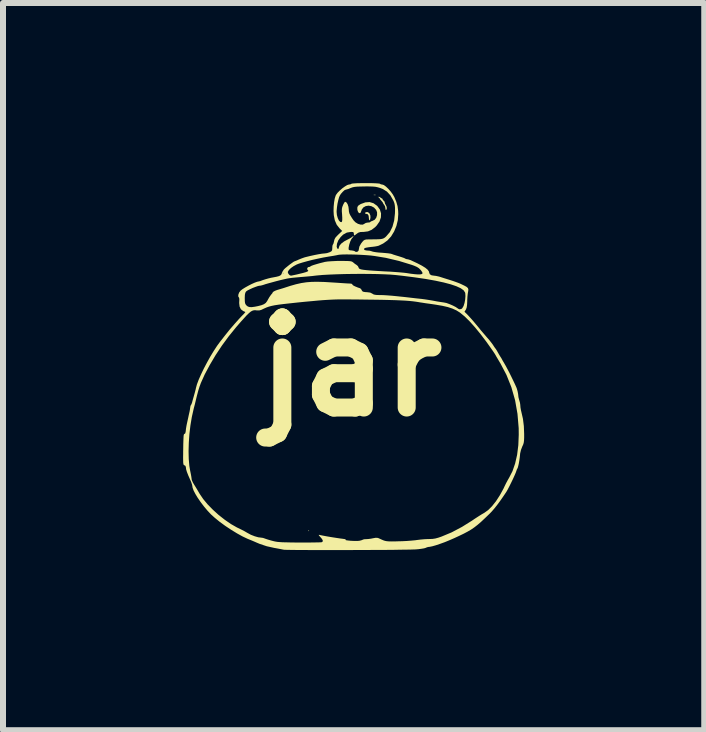
<source format=kicad_pcb>
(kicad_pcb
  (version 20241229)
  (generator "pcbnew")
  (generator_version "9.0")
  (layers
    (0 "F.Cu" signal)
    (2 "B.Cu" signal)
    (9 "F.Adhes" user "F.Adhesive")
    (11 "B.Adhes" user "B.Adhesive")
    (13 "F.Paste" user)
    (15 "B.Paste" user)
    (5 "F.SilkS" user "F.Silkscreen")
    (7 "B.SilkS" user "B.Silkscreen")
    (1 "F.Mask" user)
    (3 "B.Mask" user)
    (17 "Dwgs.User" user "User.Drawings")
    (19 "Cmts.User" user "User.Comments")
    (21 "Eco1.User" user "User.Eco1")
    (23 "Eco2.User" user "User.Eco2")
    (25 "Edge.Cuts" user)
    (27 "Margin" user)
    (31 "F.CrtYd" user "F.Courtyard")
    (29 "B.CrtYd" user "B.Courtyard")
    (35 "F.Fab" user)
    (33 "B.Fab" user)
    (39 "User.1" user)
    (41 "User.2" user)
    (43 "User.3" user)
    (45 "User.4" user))
  (footprint "jar"
    (layer "F.Cu")
    (at 2.796 3.06)
    (property "Reference" "jar" (at 0 0 0) (layer "F.SilkS") (effects (font (size 1.5 1.5) (thickness 0.3))))
    (attr board_only exclude_from_pos_files exclude_from_bom)
    (fp_poly (pts (xy -0.697 2.729) (xy -0.699 2.736) (xy -0.705 2.737) (xy -0.715 2.733) (xy -0.713 2.729) (xy -0.699 2.728)) (stroke (width 0) (type solid)) (fill yes) (layer "F.SilkS"))
    (fp_poly (pts (xy 0.409 -2.865) (xy 0.411 -2.86) (xy 0.394 -2.859) (xy 0.377 -2.861) (xy 0.38 -2.865) (xy 0.404 -2.866)) (stroke (width 0) (type solid)) (fill yes) (layer "F.SilkS"))
    (fp_poly (pts (xy 0.283 -2.576) (xy 0.308 -2.556) (xy 0.323 -2.522) (xy 0.325 -2.487) (xy 0.319 -2.454) (xy 0.31 -2.44) (xy 0.303 -2.444) (xy 0.299 -2.47) (xy 0.299 -2.473) (xy 0.294 -2.517) (xy 0.28 -2.541) (xy 0.262 -2.546) (xy 0.239 -2.551) (xy 0.234 -2.563) (xy 0.249 -2.575) (xy 0.252 -2.576)) (stroke (width 0) (type solid)) (fill yes) (layer "F.SilkS"))
    (fp_poly (pts (xy 0.484 -2.828) (xy 0.49 -2.821) (xy 0.5 -2.81) (xy 0.508 -2.809) (xy 0.524 -2.8) (xy 0.526 -2.792) (xy 0.536 -2.774) (xy 0.544 -2.769) (xy 0.559 -2.752) (xy 0.562 -2.741) (xy 0.569 -2.714) (xy 0.58 -2.696) (xy 0.594 -2.667) (xy 0.597 -2.637) (xy 0.589 -2.615) (xy 0.586 -2.612) (xy 0.577 -2.616) (xy 0.574 -2.639) (xy 0.574 -2.64) (xy 0.568 -2.672) (xy 0.556 -2.693) (xy 0.54 -2.715) (xy 0.535 -2.726) (xy 0.525 -2.745) (xy 0.505 -2.768) (xy 0.486 -2.79) (xy 0.478 -2.806) (xy 0.478 -2.806) (xy 0.468 -2.82) (xy 0.457 -2.825) (xy 0.447 -2.829) (xy 0.459 -2.831) (xy 0.463 -2.831)) (stroke (width 0) (type solid)) (fill yes) (layer "F.SilkS"))
    (fp_poly (pts (xy 0.291 -3.06) (xy 0.354 -3.059) (xy 0.409 -3.057) (xy 0.452 -3.054) (xy 0.478 -3.051) (xy 0.484 -3.048) (xy 0.5 -3.039) (xy 0.522 -3.036) (xy 0.549 -3.027) (xy 0.584 -3.001) (xy 0.623 -2.964) (xy 0.662 -2.92) (xy 0.697 -2.872) (xy 0.723 -2.826) (xy 0.755 -2.749) (xy 0.776 -2.677) (xy 0.786 -2.599) (xy 0.788 -2.543) (xy 0.781 -2.444) (xy 0.757 -2.346) (xy 0.719 -2.254) (xy 0.669 -2.172) (xy 0.608 -2.105) (xy 0.54 -2.056) (xy 0.529 -2.05) (xy 0.494 -2.033) (xy 0.466 -2.019) (xy 0.461 -2.017) (xy 0.439 -2.011) (xy 0.401 -2.004) (xy 0.353 -1.998) (xy 0.338 -1.997) (xy 0.291 -1.991) (xy 0.252 -1.984) (xy 0.228 -1.977) (xy 0.225 -1.975) (xy 0.217 -1.957) (xy 0.23 -1.944) (xy 0.262 -1.937) (xy 0.276 -1.936) (xy 0.314 -1.933) (xy 0.346 -1.924) (xy 0.35 -1.922) (xy 0.373 -1.916) (xy 0.413 -1.909) (xy 0.464 -1.903) (xy 0.514 -1.9) (xy 0.572 -1.895) (xy 0.623 -1.89) (xy 0.663 -1.884) (xy 0.681 -1.879) (xy 0.707 -1.869) (xy 0.748 -1.856) (xy 0.795 -1.842) (xy 0.801 -1.84) (xy 0.845 -1.826) (xy 0.88 -1.814) (xy 0.9 -1.805) (xy 0.902 -1.803) (xy 0.923 -1.794) (xy 0.934 -1.793) (xy 0.958 -1.788) (xy 0.992 -1.777) (xy 1.001 -1.773) (xy 1.102 -1.726) (xy 1.181 -1.685) (xy 1.239 -1.649) (xy 1.278 -1.617) (xy 1.299 -1.587) (xy 1.303 -1.568) (xy 1.314 -1.541) (xy 1.343 -1.524) (xy 1.384 -1.518) (xy 1.417 -1.514) (xy 1.458 -1.505) (xy 1.471 -1.502) (xy 1.565 -1.472) (xy 1.639 -1.449) (xy 1.698 -1.43) (xy 1.744 -1.414) (xy 1.782 -1.4) (xy 1.815 -1.387) (xy 1.845 -1.373) (xy 1.878 -1.357) (xy 1.885 -1.354) (xy 1.927 -1.331) (xy 1.949 -1.31) (xy 1.956 -1.284) (xy 1.951 -1.248) (xy 1.95 -1.245) (xy 1.945 -1.213) (xy 1.94 -1.165) (xy 1.937 -1.111) (xy 1.937 -1.094) (xy 1.934 -1.033) (xy 1.928 -0.99) (xy 1.918 -0.961) (xy 1.913 -0.951) (xy 1.891 -0.917) (xy 1.929 -0.88) (xy 1.957 -0.851) (xy 1.996 -0.808) (xy 2.041 -0.757) (xy 2.087 -0.702) (xy 2.132 -0.648) (xy 2.163 -0.609) (xy 2.194 -0.573) (xy 2.232 -0.529) (xy 2.267 -0.488) (xy 2.303 -0.447) (xy 2.338 -0.403) (xy 2.363 -0.369) (xy 2.383 -0.338) (xy 2.398 -0.316) (xy 2.402 -0.311) (xy 2.415 -0.294) (xy 2.433 -0.265) (xy 2.45 -0.234) (xy 2.451 -0.233) (xy 2.466 -0.206) (xy 2.485 -0.175) (xy 2.486 -0.173) (xy 2.505 -0.144) (xy 2.517 -0.121) (xy 2.518 -0.12) (xy 2.529 -0.099) (xy 2.548 -0.068) (xy 2.556 -0.054) (xy 2.579 -0.014) (xy 2.608 0.04) (xy 2.641 0.103) (xy 2.674 0.17) (xy 2.706 0.236) (xy 2.734 0.295) (xy 2.755 0.342) (xy 2.764 0.366) (xy 2.776 0.41) (xy 2.784 0.451) (xy 2.786 0.468) (xy 2.79 0.506) (xy 2.801 0.549) (xy 2.803 0.556) (xy 2.815 0.597) (xy 2.821 0.637) (xy 2.821 0.644) (xy 2.824 0.679) (xy 2.832 0.724) (xy 2.837 0.745) (xy 2.865 0.867) (xy 2.88 0.988) (xy 2.885 1.118) (xy 2.885 1.181) (xy 2.883 1.226) (xy 2.879 1.259) (xy 2.872 1.287) (xy 2.86 1.315) (xy 2.854 1.327) (xy 2.832 1.385) (xy 2.818 1.445) (xy 2.817 1.458) (xy 2.812 1.509) (xy 2.804 1.564) (xy 2.795 1.616) (xy 2.785 1.658) (xy 2.777 1.686) (xy 2.774 1.691) (xy 2.763 1.711) (xy 2.756 1.733) (xy 2.744 1.766) (xy 2.723 1.815) (xy 2.697 1.872) (xy 2.667 1.934) (xy 2.637 1.994) (xy 2.61 2.046) (xy 2.588 2.084) (xy 2.582 2.093) (xy 2.559 2.127) (xy 2.538 2.158) (xy 2.534 2.164) (xy 2.488 2.23) (xy 2.438 2.298) (xy 2.388 2.361) (xy 2.342 2.414) (xy 2.313 2.444) (xy 2.234 2.52) (xy 2.168 2.582) (xy 2.11 2.632) (xy 2.056 2.674) (xy 2.002 2.711) (xy 1.944 2.745) (xy 1.878 2.78) (xy 1.799 2.818) (xy 1.721 2.854) (xy 1.643 2.888) (xy 1.563 2.921) (xy 1.485 2.949) (xy 1.414 2.973) (xy 1.354 2.99) (xy 1.309 2.999) (xy 1.295 3) (xy 1.268 3.006) (xy 1.242 3.017) (xy 1.218 3.024) (xy 1.176 3.031) (xy 1.123 3.038) (xy 1.075 3.042) (xy 1.038 3.043) (xy 0.982 3.045) (xy 0.908 3.046) (xy 0.818 3.047) (xy 0.713 3.049) (xy 0.598 3.05) (xy 0.472 3.05) (xy 0.34 3.051) (xy 0.201 3.052) (xy 0.06 3.052) (xy -0.083 3.053) (xy -0.224 3.053) (xy -0.363 3.053) (xy -0.496 3.053) (xy -0.622 3.053) (xy -0.739 3.052) (xy -0.844 3.052) (xy -0.936 3.051) (xy -1.012 3.05) (xy -1.07 3.049) (xy -1.108 3.048) (xy -1.124 3.046) (xy -1.154 3.04) (xy -1.2 3.031) (xy -1.254 3.021) (xy -1.277 3.017) (xy -1.403 2.989) (xy -1.517 2.951) (xy -1.57 2.929) (xy -1.604 2.914) (xy -1.651 2.894) (xy -1.705 2.872) (xy -1.727 2.863) (xy -1.807 2.825) (xy -1.899 2.774) (xy -1.997 2.714) (xy -2.095 2.649) (xy -2.188 2.581) (xy -2.27 2.514) (xy -2.331 2.459) (xy -2.39 2.396) (xy -2.448 2.327) (xy -2.502 2.256) (xy -2.551 2.185) (xy -2.591 2.119) (xy -2.621 2.061) (xy -2.638 2.014) (xy -2.641 1.993) (xy -2.646 1.966) (xy -2.659 1.926) (xy -2.676 1.886) (xy -2.71 1.809) (xy -2.733 1.75) (xy -2.746 1.706) (xy -2.749 1.678) (xy -2.757 1.65) (xy -2.773 1.641) (xy -2.781 1.638) (xy -2.787 1.632) (xy -2.791 1.619) (xy -2.794 1.598) (xy -2.795 1.564) (xy -2.796 1.514) (xy -2.795 1.446) (xy -2.795 1.405) (xy -2.705 1.405) (xy -2.702 1.535) (xy -2.692 1.651) (xy -2.68 1.723) (xy -2.669 1.777) (xy -2.66 1.825) (xy -2.655 1.86) (xy -2.654 1.874) (xy -2.647 1.897) (xy -2.631 1.931) (xy -2.615 1.958) (xy -2.591 1.997) (xy -2.56 2.048) (xy -2.529 2.101) (xy -2.518 2.119) (xy -2.462 2.202) (xy -2.388 2.291) (xy -2.3 2.381) (xy -2.204 2.468) (xy -2.102 2.548) (xy -2.001 2.618) (xy -1.903 2.674) (xy -1.883 2.684) (xy -1.829 2.71) (xy -1.771 2.74) (xy -1.728 2.765) (xy -1.667 2.798) (xy -1.603 2.823) (xy -1.543 2.84) (xy -1.502 2.845) (xy -1.466 2.85) (xy -1.442 2.858) (xy -1.417 2.867) (xy -1.377 2.88) (xy -1.328 2.894) (xy -1.313 2.898) (xy -1.282 2.906) (xy -1.253 2.912) (xy -1.221 2.917) (xy -1.183 2.92) (xy -1.137 2.923) (xy -1.078 2.924) (xy -1.004 2.926) (xy -0.911 2.927) (xy -0.859 2.927) (xy -0.769 2.927) (xy -0.686 2.927) (xy -0.613 2.926) (xy -0.554 2.925) (xy -0.511 2.924) (xy -0.488 2.922) (xy -0.486 2.922) (xy -0.469 2.908) (xy -0.471 2.887) (xy -0.492 2.856) (xy -0.508 2.838) (xy -0.53 2.813) (xy -0.538 2.801) (xy -0.53 2.799) (xy -0.522 2.801) (xy -0.468 2.812) (xy -0.398 2.825) (xy -0.321 2.838) (xy -0.244 2.85) (xy -0.177 2.86) (xy -0.144 2.864) (xy -0.103 2.87) (xy -0.085 2.875) (xy -0.09 2.881) (xy -0.091 2.885) (xy -0.074 2.89) (xy -0.043 2.894) (xy -0.003 2.898) (xy 0.04 2.9) (xy 0.083 2.901) (xy 0.119 2.9) (xy 0.14 2.898) (xy 0.173 2.89) (xy 0.195 2.881) (xy 0.198 2.88) (xy 0.217 2.873) (xy 0.248 2.871) (xy 0.251 2.871) (xy 0.287 2.869) (xy 0.333 2.863) (xy 0.362 2.857) (xy 0.412 2.848) (xy 0.445 2.85) (xy 0.458 2.854) (xy 0.502 2.874) (xy 0.536 2.889) (xy 0.566 2.899) (xy 0.596 2.905) (xy 0.633 2.908) (xy 0.681 2.909) (xy 0.746 2.908) (xy 0.777 2.907) (xy 0.855 2.905) (xy 0.936 2.901) (xy 1.011 2.895) (xy 1.074 2.889) (xy 1.093 2.886) (xy 1.157 2.878) (xy 1.226 2.872) (xy 1.287 2.869) (xy 1.304 2.869) (xy 1.358 2.867) (xy 1.405 2.86) (xy 1.457 2.846) (xy 1.509 2.828) (xy 1.677 2.758) (xy 1.849 2.667) (xy 2.011 2.566) (xy 2.069 2.527) (xy 2.126 2.49) (xy 2.177 2.458) (xy 2.215 2.436) (xy 2.222 2.432) (xy 2.285 2.387) (xy 2.35 2.322) (xy 2.416 2.239) (xy 2.48 2.14) (xy 2.541 2.029) (xy 2.56 1.988) (xy 2.585 1.937) (xy 2.613 1.885) (xy 2.635 1.847) (xy 2.691 1.738) (xy 2.735 1.61) (xy 2.768 1.465) (xy 2.788 1.305) (xy 2.795 1.131) (xy 2.794 1.022) (xy 2.774 0.784) (xy 2.734 0.556) (xy 2.672 0.339) (xy 2.59 0.134) (xy 2.488 -0.06) (xy 2.482 -0.069) (xy 2.455 -0.115) (xy 2.433 -0.152) (xy 2.418 -0.177) (xy 2.414 -0.185) (xy 2.408 -0.196) (xy 2.392 -0.222) (xy 2.368 -0.258) (xy 2.359 -0.271) (xy 2.258 -0.414) (xy 2.16 -0.543) (xy 2.066 -0.658) (xy 1.978 -0.756) (xy 1.896 -0.837) (xy 1.823 -0.897) (xy 1.817 -0.902) (xy 1.758 -0.939) (xy 1.692 -0.969) (xy 1.614 -0.995) (xy 1.522 -1.016) (xy 1.411 -1.035) (xy 1.378 -1.04) (xy 1.309 -1.05) (xy 1.243 -1.059) (xy 1.186 -1.068) (xy 1.144 -1.074) (xy 1.136 -1.076) (xy 1.085 -1.084) (xy 1.032 -1.091) (xy 0.973 -1.097) (xy 0.906 -1.102) (xy 0.829 -1.106) (xy 0.738 -1.11) (xy 0.633 -1.113) (xy 0.509 -1.116) (xy 0.366 -1.118) (xy 0.276 -1.119) (xy 0.139 -1.121) (xy 0.023 -1.122) (xy -0.077 -1.123) (xy -0.165 -1.123) (xy -0.244 -1.122) (xy -0.319 -1.119) (xy -0.393 -1.115) (xy -0.47 -1.11) (xy -0.555 -1.103) (xy -0.65 -1.094) (xy -0.761 -1.084) (xy -0.89 -1.071) (xy -0.908 -1.069) (xy -1.028 -1.056) (xy -1.126 -1.045) (xy -1.206 -1.035) (xy -1.271 -1.025) (xy -1.324 -1.014) (xy -1.368 -1.002) (xy -1.405 -0.989) (xy -1.439 -0.974) (xy -1.45 -0.969) (xy -1.494 -0.948) (xy -1.528 -0.939) (xy -1.561 -0.939) (xy -1.572 -0.94) (xy -1.597 -0.943) (xy -1.62 -0.941) (xy -1.643 -0.934) (xy -1.668 -0.92) (xy -1.697 -0.896) (xy -1.733 -0.862) (xy -1.776 -0.815) (xy -1.831 -0.754) (xy -1.898 -0.677) (xy -1.92 -0.651) (xy -2.036 -0.508) (xy -2.149 -0.354) (xy -2.255 -0.194) (xy -2.351 -0.032) (xy -2.435 0.125) (xy -2.502 0.274) (xy -2.504 0.281) (xy -2.523 0.332) (xy -2.543 0.396) (xy -2.56 0.46) (xy -2.565 0.478) (xy -2.581 0.544) (xy -2.599 0.62) (xy -2.618 0.692) (xy -2.622 0.709) (xy -2.651 0.838) (xy -2.674 0.976) (xy -2.691 1.12) (xy -2.701 1.265) (xy -2.705 1.405) (xy -2.795 1.405) (xy -2.794 1.376) (xy -2.793 1.29) (xy -2.791 1.225) (xy -2.789 1.178) (xy -2.787 1.147) (xy -2.783 1.128) (xy -2.778 1.119) (xy -2.773 1.118) (xy -2.76 1.108) (xy -2.753 1.078) (xy -2.752 1.07) (xy -2.748 1.032) (xy -2.74 0.983) (xy -2.732 0.944) (xy -2.713 0.858) (xy -2.699 0.792) (xy -2.688 0.744) (xy -2.682 0.71) (xy -2.679 0.688) (xy -2.677 0.674) (xy -2.677 0.673) (xy -2.672 0.648) (xy -2.666 0.639) (xy -2.656 0.621) (xy -2.645 0.59) (xy -2.643 0.58) (xy -2.632 0.54) (xy -2.618 0.491) (xy -2.611 0.466) (xy -2.598 0.419) (xy -2.586 0.373) (xy -2.582 0.353) (xy -2.565 0.291) (xy -2.536 0.214) (xy -2.497 0.126) (xy -2.451 0.03) (xy -2.399 -0.069) (xy -2.344 -0.168) (xy -2.287 -0.262) (xy -2.231 -0.348) (xy -2.187 -0.408) (xy -2.103 -0.516) (xy -2.019 -0.621) (xy -1.937 -0.716) (xy -1.863 -0.799) (xy -1.813 -0.852) (xy -1.784 -0.881) (xy -1.765 -0.903) (xy -1.759 -0.913) (xy -1.759 -0.913) (xy -1.772 -0.919) (xy -1.795 -0.929) (xy -1.833 -0.958) (xy -1.855 -1.003) (xy -1.862 -1.062) (xy -1.861 -1.084) (xy -1.859 -1.12) (xy -1.861 -1.14) (xy -1.769 -1.14) (xy -1.768 -1.092) (xy -1.764 -1.061) (xy -1.755 -1.04) (xy -1.74 -1.022) (xy -1.74 -1.021) (xy -1.717 -1.004) (xy -1.689 -0.995) (xy -1.652 -0.994) (xy -1.6 -1.001) (xy -1.55 -1.011) (xy -1.491 -1.026) (xy -1.449 -1.043) (xy -1.419 -1.064) (xy -1.396 -1.095) (xy -1.382 -1.121) (xy -1.36 -1.159) (xy -1.337 -1.192) (xy -1.328 -1.204) (xy -1.31 -1.225) (xy -1.303 -1.24) (xy -1.292 -1.251) (xy -1.265 -1.266) (xy -1.228 -1.28) (xy -1.191 -1.291) (xy -1.151 -1.303) (xy -1.118 -1.313) (xy -1.011 -1.348) (xy -0.916 -1.375) (xy -0.827 -1.395) (xy -0.741 -1.408) (xy -0.651 -1.415) (xy -0.553 -1.416) (xy -0.441 -1.413) (xy -0.311 -1.405) (xy -0.311 -1.405) (xy -0.232 -1.4) (xy -0.16 -1.395) (xy -0.098 -1.391) (xy -0.049 -1.388) (xy -0.02 -1.387) (xy -0.015 -1.387) (xy 0.015 -1.382) (xy 0.024 -1.37) (xy 0.035 -1.357) (xy 0.067 -1.34) (xy 0.116 -1.32) (xy 0.153 -1.308) (xy 0.169 -1.294) (xy 0.176 -1.282) (xy 0.188 -1.26) (xy 0.209 -1.249) (xy 0.244 -1.244) (xy 0.267 -1.243) (xy 0.321 -1.236) (xy 0.355 -1.219) (xy 0.374 -1.207) (xy 0.399 -1.2) (xy 0.434 -1.196) (xy 0.487 -1.195) (xy 0.495 -1.195) (xy 0.541 -1.194) (xy 0.604 -1.19) (xy 0.681 -1.184) (xy 0.764 -1.176) (xy 0.848 -1.167) (xy 0.861 -1.166) (xy 0.942 -1.157) (xy 1.019 -1.148) (xy 1.088 -1.14) (xy 1.145 -1.134) (xy 1.183 -1.13) (xy 1.189 -1.129) (xy 1.235 -1.123) (xy 1.293 -1.114) (xy 1.354 -1.104) (xy 1.375 -1.1) (xy 1.433 -1.089) (xy 1.49 -1.08) (xy 1.537 -1.073) (xy 1.55 -1.071) (xy 1.59 -1.063) (xy 1.64 -1.045) (xy 1.694 -1.022) (xy 1.743 -0.997) (xy 1.779 -0.973) (xy 1.786 -0.967) (xy 1.812 -0.957) (xy 1.842 -0.965) (xy 1.855 -0.977) (xy 1.876 -1.013) (xy 1.892 -1.064) (xy 1.903 -1.122) (xy 1.907 -1.179) (xy 1.904 -1.227) (xy 1.9 -1.239) (xy 1.876 -1.275) (xy 1.828 -1.309) (xy 1.756 -1.342) (xy 1.662 -1.374) (xy 1.544 -1.405) (xy 1.404 -1.435) (xy 1.241 -1.464) (xy 1.056 -1.491) (xy 0.85 -1.517) (xy 0.741 -1.529) (xy 0.657 -1.536) (xy 0.554 -1.541) (xy 0.435 -1.545) (xy 0.306 -1.547) (xy 0.17 -1.548) (xy 0.031 -1.547) (xy -0.106 -1.545) (xy -0.238 -1.541) (xy -0.361 -1.536) (xy -0.47 -1.53) (xy -0.561 -1.522) (xy -0.598 -1.518) (xy -0.646 -1.512) (xy -0.71 -1.506) (xy -0.78 -1.5) (xy -0.84 -1.495) (xy -0.905 -1.489) (xy -0.97 -1.483) (xy -1.024 -1.476) (xy -1.061 -1.47) (xy -1.114 -1.458) (xy -1.179 -1.443) (xy -1.249 -1.425) (xy -1.318 -1.406) (xy -1.38 -1.389) (xy -1.429 -1.375) (xy -1.445 -1.369) (xy -1.481 -1.358) (xy -1.512 -1.351) (xy -1.519 -1.351) (xy -1.547 -1.346) (xy -1.588 -1.332) (xy -1.635 -1.314) (xy -1.681 -1.293) (xy -1.721 -1.273) (xy -1.745 -1.256) (xy -1.748 -1.253) (xy -1.76 -1.232) (xy -1.767 -1.199) (xy -1.769 -1.15) (xy -1.769 -1.14) (xy -1.861 -1.14) (xy -1.862 -1.146) (xy -1.866 -1.154) (xy -1.878 -1.174) (xy -1.875 -1.205) (xy -1.861 -1.24) (xy -1.837 -1.27) (xy -1.807 -1.293) (xy -1.764 -1.32) (xy -1.712 -1.349) (xy -1.658 -1.377) (xy -1.607 -1.4) (xy -1.564 -1.416) (xy -1.536 -1.422) (xy -1.535 -1.422) (xy -1.51 -1.428) (xy -1.497 -1.433) (xy -1.469 -1.444) (xy -1.425 -1.458) (xy -1.376 -1.472) (xy -1.33 -1.483) (xy -1.303 -1.488) (xy -1.24 -1.5) (xy -1.198 -1.511) (xy -1.172 -1.525) (xy -1.157 -1.542) (xy -1.153 -1.556) (xy -1.151 -1.56) (xy -1.136 -1.56) (xy -1.13 -1.554) (xy -1.124 -1.56) (xy -1.13 -1.566) (xy -1.136 -1.56) (xy -1.151 -1.56) (xy -1.144 -1.576) (xy -1.052 -1.576) (xy -1.043 -1.551) (xy -1.023 -1.528) (xy -1.001 -1.518) (xy -1 -1.518) (xy -0.983 -1.521) (xy -0.949 -1.528) (xy -0.902 -1.538) (xy -0.865 -1.547) (xy -0.795 -1.564) (xy -0.747 -1.578) (xy -0.719 -1.59) (xy -0.71 -1.6) (xy -0.716 -1.607) (xy -0.729 -1.625) (xy -0.727 -1.646) (xy -0.713 -1.66) (xy -0.706 -1.661) (xy -0.683 -1.666) (xy -0.676 -1.672) (xy -0.661 -1.681) (xy -0.627 -1.694) (xy -0.578 -1.709) (xy -0.519 -1.726) (xy -0.454 -1.742) (xy -0.436 -1.747) (xy -0.388 -1.754) (xy -0.32 -1.759) (xy -0.236 -1.763) (xy -0.177 -1.763) (xy -0.106 -1.763) (xy -0.054 -1.762) (xy -0.019 -1.76) (xy 0.005 -1.756) (xy 0.021 -1.75) (xy 0.034 -1.741) (xy 0.038 -1.738) (xy 0.067 -1.714) (xy 0.092 -1.698) (xy 0.116 -1.677) (xy 0.126 -1.656) (xy 0.133 -1.64) (xy 0.148 -1.629) (xy 0.176 -1.621) (xy 0.213 -1.615) (xy 0.249 -1.611) (xy 0.303 -1.606) (xy 0.372 -1.601) (xy 0.451 -1.596) (xy 0.535 -1.591) (xy 0.568 -1.589) (xy 0.654 -1.585) (xy 0.738 -1.579) (xy 0.815 -1.573) (xy 0.881 -1.567) (xy 0.93 -1.561) (xy 0.942 -1.559) (xy 1 -1.55) (xy 1.061 -1.543) (xy 1.111 -1.539) (xy 1.115 -1.539) (xy 1.163 -1.54) (xy 1.188 -1.548) (xy 1.192 -1.566) (xy 1.175 -1.595) (xy 1.157 -1.617) (xy 1.131 -1.643) (xy 1.098 -1.664) (xy 1.052 -1.684) (xy 1.01 -1.699) (xy 0.801 -1.763) (xy 0.581 -1.815) (xy 0.392 -1.846) (xy 0.329 -1.854) (xy 0.254 -1.86) (xy 0.172 -1.865) (xy 0.088 -1.869) (xy 0.005 -1.871) (xy -0.071 -1.872) (xy -0.136 -1.871) (xy -0.185 -1.868) (xy -0.209 -1.865) (xy -0.242 -1.858) (xy -0.29 -1.849) (xy -0.347 -1.84) (xy -0.377 -1.835) (xy -0.463 -1.82) (xy -0.553 -1.801) (xy -0.644 -1.781) (xy -0.729 -1.759) (xy -0.805 -1.738) (xy -0.866 -1.719) (xy -0.904 -1.704) (xy -0.956 -1.676) (xy -1 -1.645) (xy -1.033 -1.613) (xy -1.05 -1.585) (xy -1.052 -1.576) (xy -1.144 -1.576) (xy -1.139 -1.588) (xy -1.117 -1.621) (xy -1.114 -1.624) (xy -1.092 -1.645) (xy -1.06 -1.671) (xy -1.024 -1.7) (xy -0.988 -1.726) (xy -0.959 -1.747) (xy -0.941 -1.757) (xy -0.939 -1.757) (xy -0.926 -1.762) (xy -0.898 -1.773) (xy -0.87 -1.786) (xy -0.823 -1.805) (xy -0.775 -1.822) (xy -0.753 -1.828) (xy -0.679 -1.846) (xy -0.606 -1.862) (xy -0.54 -1.875) (xy -0.484 -1.884) (xy -0.445 -1.888) (xy -0.44 -1.888) (xy -0.398 -1.894) (xy -0.356 -1.908) (xy -0.353 -1.909) (xy -0.326 -1.924) (xy -0.314 -1.942) (xy -0.311 -1.972) (xy -0.311 -1.98) (xy -0.309 -2.013) (xy -0.303 -2.034) (xy -0.3 -2.037) (xy -0.292 -2.052) (xy -0.284 -2.081) (xy -0.282 -2.093) (xy -0.273 -2.125) (xy -0.256 -2.155) (xy -0.224 -2.189) (xy -0.21 -2.203) (xy -0.146 -2.263) (xy -0.187 -2.303) (xy -0.237 -2.366) (xy -0.269 -2.44) (xy -0.286 -2.526) (xy -0.289 -2.581) (xy -0.239 -2.581) (xy -0.234 -2.528) (xy -0.22 -2.478) (xy -0.201 -2.437) (xy -0.178 -2.414) (xy -0.178 -2.414) (xy -0.161 -2.409) (xy -0.15 -2.418) (xy -0.145 -2.443) (xy -0.145 -2.487) (xy -0.148 -2.54) (xy -0.152 -2.593) (xy -0.151 -2.631) (xy -0.145 -2.661) (xy -0.133 -2.691) (xy -0.132 -2.695) (xy -0.116 -2.726) (xy -0.102 -2.746) (xy -0.097 -2.749) (xy -0.075 -2.738) (xy -0.056 -2.709) (xy -0.042 -2.666) (xy -0.037 -2.625) (xy -0.034 -2.588) (xy -0.026 -2.555) (xy -0.01 -2.522) (xy 0.015 -2.481) (xy 0.043 -2.44) (xy 0.075 -2.407) (xy 0.116 -2.382) (xy 0.159 -2.369) (xy 0.197 -2.368) (xy 0.226 -2.383) (xy 0.227 -2.385) (xy 0.249 -2.397) (xy 0.281 -2.403) (xy 0.282 -2.403) (xy 0.309 -2.405) (xy 0.323 -2.412) (xy 0.323 -2.413) (xy 0.333 -2.422) (xy 0.358 -2.43) (xy 0.358 -2.431) (xy 0.395 -2.449) (xy 0.421 -2.483) (xy 0.435 -2.527) (xy 0.435 -2.574) (xy 0.42 -2.613) (xy 0.385 -2.652) (xy 0.34 -2.676) (xy 0.293 -2.684) (xy 0.247 -2.677) (xy 0.207 -2.655) (xy 0.18 -2.619) (xy 0.171 -2.593) (xy 0.16 -2.566) (xy 0.143 -2.558) (xy 0.126 -2.569) (xy 0.112 -2.596) (xy 0.106 -2.624) (xy 0.107 -2.658) (xy 0.119 -2.682) (xy 0.149 -2.703) (xy 0.165 -2.712) (xy 0.24 -2.739) (xy 0.311 -2.744) (xy 0.375 -2.725) (xy 0.434 -2.683) (xy 0.44 -2.677) (xy 0.482 -2.619) (xy 0.501 -2.556) (xy 0.499 -2.489) (xy 0.476 -2.421) (xy 0.431 -2.356) (xy 0.404 -2.327) (xy 0.345 -2.282) (xy 0.284 -2.256) (xy 0.213 -2.247) (xy 0.203 -2.247) (xy 0.158 -2.245) (xy 0.127 -2.236) (xy 0.1 -2.219) (xy 0.098 -2.217) (xy 0.073 -2.198) (xy 0.057 -2.188) (xy 0.055 -2.187) (xy 0.05 -2.198) (xy 0.048 -2.217) (xy 0.045 -2.237) (xy 0.032 -2.245) (xy 0.003 -2.247) (xy 0.001 -2.247) (xy -0.068 -2.236) (xy -0.13 -2.202) (xy -0.172 -2.161) (xy -0.211 -2.106) (xy -0.233 -2.049) (xy -0.238 -1.999) (xy -0.237 -1.997) (xy -0.229 -1.973) (xy -0.216 -1.963) (xy -0.206 -1.968) (xy -0.203 -1.982) (xy -0.192 -2.016) (xy -0.161 -2.053) (xy -0.113 -2.089) (xy -0.066 -2.114) (xy -0.027 -2.134) (xy 0.003 -2.152) (xy 0.018 -2.163) (xy 0.018 -2.164) (xy 0.035 -2.175) (xy 0.04 -2.175) (xy 0.042 -2.169) (xy 0.028 -2.154) (xy 0.028 -2.154) (xy 0.008 -2.128) (xy -0.012 -2.087) (xy -0.028 -2.038) (xy -0.038 -1.989) (xy -0.039 -1.978) (xy -0.039 -1.955) (xy -0.029 -1.944) (xy -0.004 -1.939) (xy 0.006 -1.939) (xy 0.039 -1.934) (xy 0.062 -1.926) (xy 0.065 -1.924) (xy 0.082 -1.913) (xy 0.105 -1.917) (xy 0.113 -1.92) (xy 0.127 -1.936) (xy 0.131 -1.955) (xy 0.14 -2.002) (xy 0.167 -2.051) (xy 0.189 -2.08) (xy 0.21 -2.103) (xy 0.23 -2.115) (xy 0.256 -2.121) (xy 0.297 -2.122) (xy 0.301 -2.122) (xy 0.381 -2.123) (xy 0.441 -2.124) (xy 0.485 -2.126) (xy 0.517 -2.131) (xy 0.54 -2.138) (xy 0.558 -2.148) (xy 0.576 -2.162) (xy 0.589 -2.175) (xy 0.648 -2.244) (xy 0.691 -2.332) (xy 0.72 -2.437) (xy 0.733 -2.557) (xy 0.734 -2.594) (xy 0.734 -2.651) (xy 0.73 -2.693) (xy 0.723 -2.727) (xy 0.71 -2.761) (xy 0.703 -2.775) (xy 0.656 -2.857) (xy 0.6 -2.918) (xy 0.532 -2.961) (xy 0.486 -2.979) (xy 0.448 -2.99) (xy 0.412 -2.998) (xy 0.372 -3.002) (xy 0.323 -3.004) (xy 0.258 -3.005) (xy 0.226 -3.004) (xy 0.154 -3.003) (xy 0.1 -3.001) (xy 0.061 -2.997) (xy 0.031 -2.991) (xy 0.004 -2.982) (xy -0.006 -2.978) (xy -0.042 -2.963) (xy -0.073 -2.954) (xy -0.083 -2.952) (xy -0.106 -2.943) (xy -0.135 -2.917) (xy -0.167 -2.881) (xy -0.184 -2.855) (xy -0.198 -2.824) (xy -0.211 -2.776) (xy -0.224 -2.718) (xy -0.233 -2.658) (xy -0.238 -2.603) (xy -0.239 -2.581) (xy -0.289 -2.581) (xy -0.29 -2.595) (xy -0.288 -2.668) (xy -0.281 -2.74) (xy -0.27 -2.803) (xy -0.255 -2.851) (xy -0.248 -2.865) (xy -0.223 -2.899) (xy -0.186 -2.936) (xy -0.144 -2.973) (xy -0.101 -3.004) (xy -0.063 -3.027) (xy -0.035 -3.036) (xy -0.034 -3.036) (xy -0.008 -3.04) (xy 0.006 -3.048) (xy 0.02 -3.052) (xy 0.053 -3.055) (xy 0.102 -3.058) (xy 0.16 -3.059) (xy 0.225 -3.06)) (stroke (width 0) (type solid)) (fill yes) (layer "F.SilkS")))
  (gr_rect
    (start -3 -3)
    (end 8.681 9.113)
    (stroke (width 0.1) (type default))
    (fill no)
    (layer "Edge.Cuts")))
</source>
